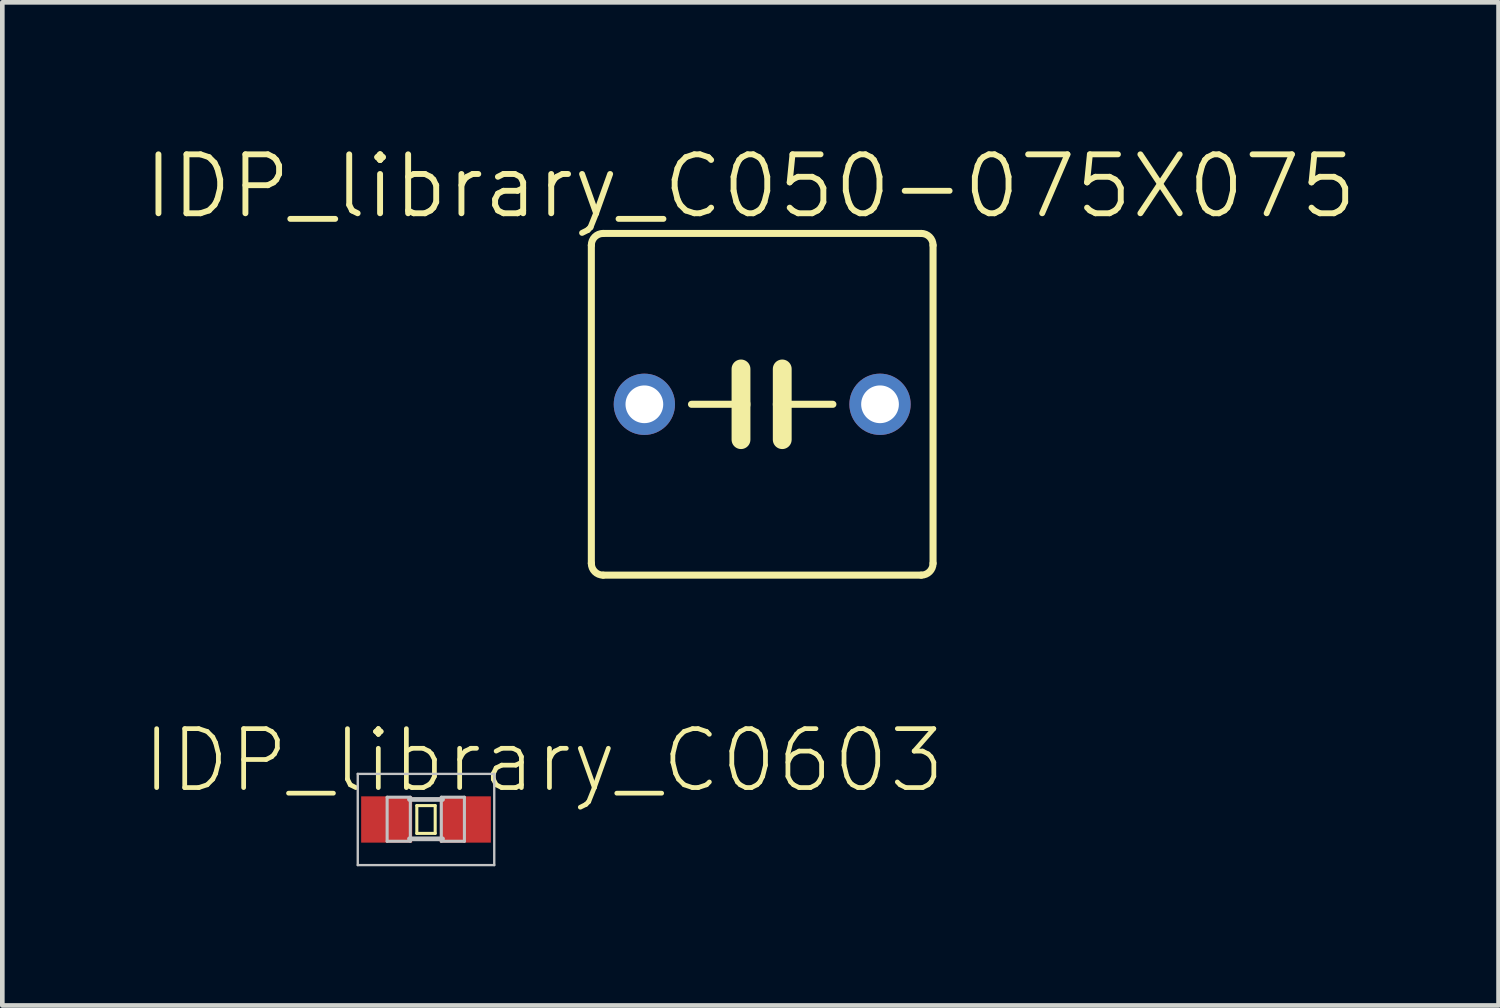
<source format=kicad_pcb>
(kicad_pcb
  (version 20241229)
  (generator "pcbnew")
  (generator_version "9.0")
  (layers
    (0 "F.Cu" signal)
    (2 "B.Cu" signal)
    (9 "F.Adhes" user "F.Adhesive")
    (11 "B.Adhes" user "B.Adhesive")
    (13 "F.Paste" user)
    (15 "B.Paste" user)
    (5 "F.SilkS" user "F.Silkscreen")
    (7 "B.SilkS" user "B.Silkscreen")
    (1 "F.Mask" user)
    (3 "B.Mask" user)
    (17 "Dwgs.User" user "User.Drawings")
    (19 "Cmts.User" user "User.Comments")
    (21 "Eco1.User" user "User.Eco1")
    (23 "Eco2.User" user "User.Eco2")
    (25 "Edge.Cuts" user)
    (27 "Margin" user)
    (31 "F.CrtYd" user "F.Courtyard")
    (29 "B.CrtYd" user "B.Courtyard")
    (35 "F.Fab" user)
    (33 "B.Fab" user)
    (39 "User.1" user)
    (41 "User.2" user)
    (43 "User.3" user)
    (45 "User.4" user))
  (footprint "IDP_library_C050-075X075"
    (layer "F.Cu")
    (at 13.38 5.665)
    (property "Reference" "IDP_library_C050-075X075" (at -0.254 -4.699 0) (layer "F.SilkS") (effects (font (size 1.27 1.27) (thickness 0.127))))
    (attr exclude_from_pos_files exclude_from_bom)
    (fp_line (start -3.683 -3.429) (end -3.683 3.429) (stroke (width 0.152) (type solid)) (layer "F.SilkS"))
    (fp_line (start -3.429 3.683) (end 3.429 3.683) (stroke (width 0.152) (type solid)) (layer "F.SilkS"))
    (fp_line (start -1.524 0) (end -0.457 0) (stroke (width 0.152) (type solid)) (layer "F.SilkS"))
    (fp_line (start -0.457 0) (end -0.457 -0.762) (stroke (width 0.406) (type solid)) (layer "F.SilkS"))
    (fp_line (start -0.457 0) (end -0.457 0.762) (stroke (width 0.406) (type solid)) (layer "F.SilkS"))
    (fp_line (start 0.432 -0.762) (end 0.432 0) (stroke (width 0.406) (type solid)) (layer "F.SilkS"))
    (fp_line (start 0.432 0) (end 0.432 0.762) (stroke (width 0.406) (type solid)) (layer "F.SilkS"))
    (fp_line (start 0.432 0) (end 1.524 0) (stroke (width 0.152) (type solid)) (layer "F.SilkS"))
    (fp_line (start 3.429 -3.683) (end -3.429 -3.683) (stroke (width 0.152) (type solid)) (layer "F.SilkS"))
    (fp_line (start 3.683 3.429) (end 3.683 -3.429) (stroke (width 0.152) (type solid)) (layer "F.SilkS"))
    (fp_arc (start -3.683 -3.429) (mid -3.608605 -3.608605) (end -3.429 -3.683) (stroke (width 0.1524) (type solid)) (layer "F.SilkS"))
    (fp_arc (start -3.429 3.683) (mid -3.608605 3.608605) (end -3.683 3.429) (stroke (width 0.1524) (type solid)) (layer "F.SilkS"))
    (fp_arc (start 3.429 -3.683) (mid 3.608605 -3.608605) (end 3.683 -3.429) (stroke (width 0.1524) (type solid)) (layer "F.SilkS"))
    (fp_arc (start 3.683 3.429) (mid 3.608605 3.608605) (end 3.429 3.683) (stroke (width 0.1524) (type solid)) (layer "F.SilkS"))
    (pad "1" thru_hole circle (at -2.54 0) (size 1.321 1.321) (drill 0.813) (layers "*.Cu" "*.Paste" "*.Mask"))
    (pad "2" thru_hole circle (at 2.54 0) (size 1.321 1.321) (drill 0.813) (layers "*.Cu" "*.Paste" "*.Mask")))
  (footprint "IDP_library_C0603"
    (layer "F.Cu")
    (at 6.133 14.615)
    (property "Reference" "IDP_library_C0603" (at 2.54 -1.27 0) (layer "F.SilkS") (effects (font (size 1.27 1.27) (thickness 0.102))))
    (attr smd)
    (fp_line (start -0.198 -0.3) (end 0.198 -0.3) (stroke (width 0.066) (type solid)) (layer "F.SilkS"))
    (fp_line (start -0.198 0.3) (end -0.198 -0.3) (stroke (width 0.066) (type solid)) (layer "F.SilkS"))
    (fp_line (start -0.198 0.3) (end 0.198 0.3) (stroke (width 0.066) (type solid)) (layer "F.SilkS"))
    (fp_line (start 0.198 0.3) (end 0.198 -0.3) (stroke (width 0.066) (type solid)) (layer "F.SilkS"))
    (fp_line (start -1.471 -0.983) (end 1.471 -0.983) (stroke (width 0.051) (type solid)) (layer "Dwgs.User"))
    (fp_line (start -1.471 0.983) (end -1.471 -0.983) (stroke (width 0.051) (type solid)) (layer "Dwgs.User"))
    (fp_line (start -0.838 -0.48) (end -0.338 -0.48) (stroke (width 0.066) (type solid)) (layer "Dwgs.User"))
    (fp_line (start -0.838 0.47) (end -0.838 -0.48) (stroke (width 0.066) (type solid)) (layer "Dwgs.User"))
    (fp_line (start -0.838 0.47) (end -0.338 0.47) (stroke (width 0.066) (type solid)) (layer "Dwgs.User"))
    (fp_line (start -0.356 -0.432) (end 0.356 -0.432) (stroke (width 0.102) (type solid)) (layer "Dwgs.User"))
    (fp_line (start -0.356 0.417) (end 0.356 0.417) (stroke (width 0.102) (type solid)) (layer "Dwgs.User"))
    (fp_line (start -0.338 0.47) (end -0.338 -0.48) (stroke (width 0.066) (type solid)) (layer "Dwgs.User"))
    (fp_line (start 0.33 -0.48) (end 0.828 -0.48) (stroke (width 0.066) (type solid)) (layer "Dwgs.User"))
    (fp_line (start 0.33 0.47) (end 0.33 -0.48) (stroke (width 0.066) (type solid)) (layer "Dwgs.User"))
    (fp_line (start 0.33 0.47) (end 0.828 0.47) (stroke (width 0.066) (type solid)) (layer "Dwgs.User"))
    (fp_line (start 0.828 0.47) (end 0.828 -0.48) (stroke (width 0.066) (type solid)) (layer "Dwgs.User"))
    (fp_line (start 1.471 -0.983) (end 1.471 0.983) (stroke (width 0.051) (type solid)) (layer "Dwgs.User"))
    (fp_line (start 1.471 0.983) (end -1.471 0.983) (stroke (width 0.051) (type solid)) (layer "Dwgs.User"))
    (pad "1" smd rect (at -0.848 0) (size 1.1 0.998) (layers "F.Cu" "F.Mask" "F.Paste"))
    (pad "2" smd rect (at 0.848 0) (size 1.1 0.998) (layers "F.Cu" "F.Mask" "F.Paste")))
  (gr_rect
    (start -3 -3)
    (end 29.253 18.624)
    (stroke (width 0.1) (type default))
    (fill no)
    (layer "Edge.Cuts")))
</source>
